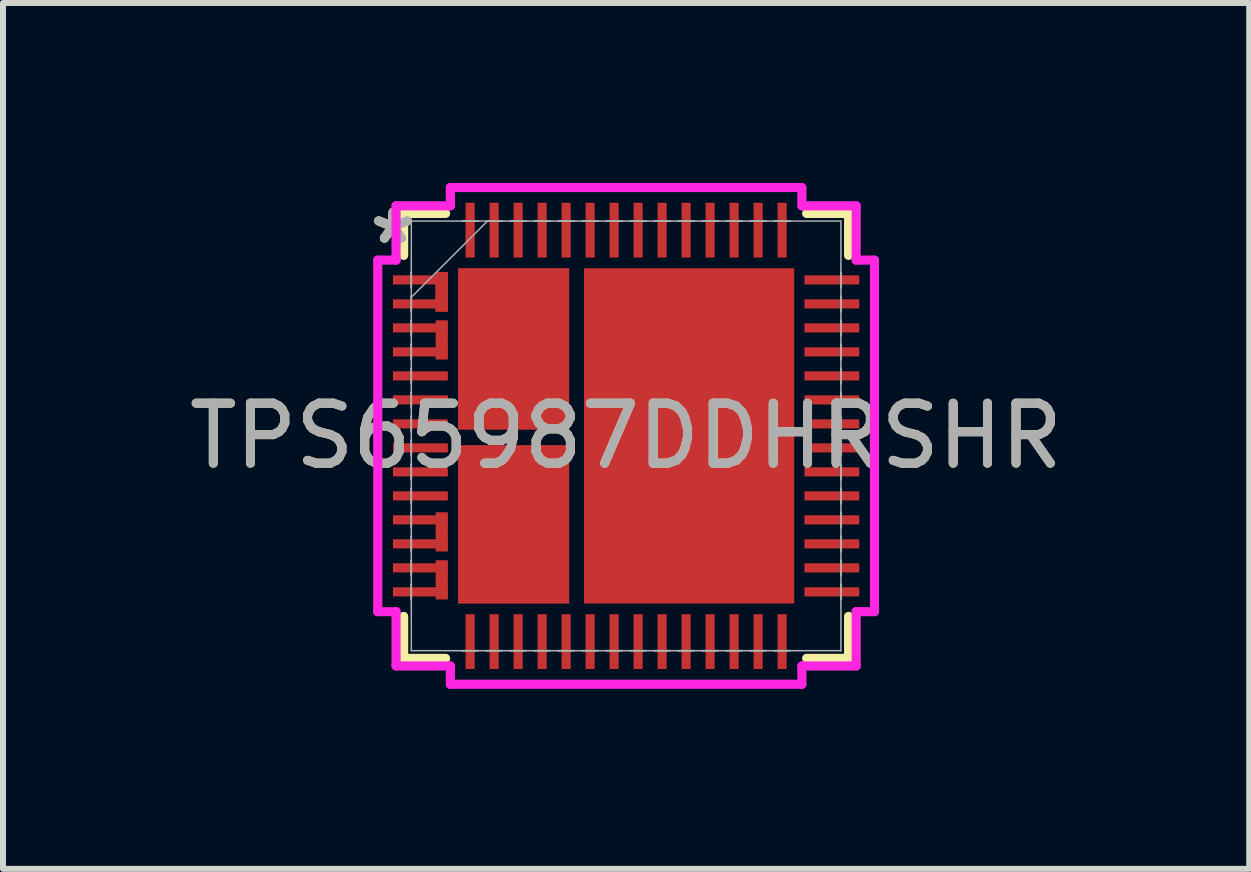
<source format=kicad_pcb>
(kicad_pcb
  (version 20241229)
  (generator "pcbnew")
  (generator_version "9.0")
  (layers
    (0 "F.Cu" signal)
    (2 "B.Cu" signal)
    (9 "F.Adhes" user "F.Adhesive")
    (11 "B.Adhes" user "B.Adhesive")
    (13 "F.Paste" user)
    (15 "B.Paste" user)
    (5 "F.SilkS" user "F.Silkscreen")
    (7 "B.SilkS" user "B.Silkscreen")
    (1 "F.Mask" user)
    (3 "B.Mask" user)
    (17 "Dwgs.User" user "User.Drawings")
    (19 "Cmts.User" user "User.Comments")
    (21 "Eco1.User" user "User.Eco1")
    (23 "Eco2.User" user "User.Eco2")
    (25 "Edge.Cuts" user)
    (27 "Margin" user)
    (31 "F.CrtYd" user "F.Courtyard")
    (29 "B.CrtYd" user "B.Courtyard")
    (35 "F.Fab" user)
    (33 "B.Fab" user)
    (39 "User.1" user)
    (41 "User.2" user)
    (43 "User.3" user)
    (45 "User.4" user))
  (footprint "TPS65987DDHRSHR"
    (layer "F.Cu")
    (at 7.387 4.216)
    (property "Reference" "TPS65987DDHRSHR" (at 0 0 0) (unlocked yes) (layer "F.SilkS") (effects (font (size 1 1) (thickness 0.15))))
    (attr smd)
    (fp_poly (pts (xy -2.972 -2.727) (xy -2.972 -2.073) (xy -3.175 -2.073) (xy -3.175 -2.727)) (stroke (width 0) (type solid)) (fill yes) (layer "F.Cu"))
    (fp_poly (pts (xy -2.972 -2.727) (xy -2.972 -2.073) (xy -3.175 -2.073) (xy -3.175 -2.727)) (stroke (width 0) (type solid)) (fill yes) (layer "F.Cu"))
    (fp_poly (pts (xy -2.972 -2.727) (xy -2.972 -2.073) (xy -3.175 -2.073) (xy -3.175 -2.727)) (stroke (width 0) (type solid)) (fill yes) (layer "F.Cu"))
    (fp_poly (pts (xy -2.972 -1.927) (xy -2.972 -1.273) (xy -3.175 -1.273) (xy -3.175 -1.927)) (stroke (width 0) (type solid)) (fill yes) (layer "F.Cu"))
    (fp_poly (pts (xy -2.972 1.273) (xy -2.972 1.927) (xy -3.175 1.927) (xy -3.175 1.273)) (stroke (width 0) (type solid)) (fill yes) (layer "F.Cu"))
    (fp_poly (pts (xy -2.972 2.073) (xy -2.972 2.727) (xy -3.175 2.727) (xy -3.175 2.073)) (stroke (width 0) (type solid)) (fill yes) (layer "F.Cu"))
    (fp_poly (pts (xy -2.972 -2.727) (xy -2.972 -2.073) (xy -3.175 -2.073) (xy -3.175 -2.727)) (stroke (width 0) (type solid)) (fill yes) (layer "F.Mask"))
    (fp_poly (pts (xy -2.972 -1.927) (xy -2.972 -1.273) (xy -3.175 -1.273) (xy -3.175 -1.927)) (stroke (width 0) (type solid)) (fill yes) (layer "F.Mask"))
    (fp_poly (pts (xy -2.972 -1.927) (xy -2.972 -1.273) (xy -3.175 -1.273) (xy -3.175 -1.927)) (stroke (width 0) (type solid)) (fill yes) (layer "F.Mask"))
    (fp_poly (pts (xy -2.972 1.273) (xy -2.972 1.927) (xy -3.175 1.927) (xy -3.175 1.273)) (stroke (width 0) (type solid)) (fill yes) (layer "F.Mask"))
    (fp_poly (pts (xy -2.972 2.073) (xy -2.972 2.727) (xy -3.175 2.727) (xy -3.175 2.073)) (stroke (width 0) (type solid)) (fill yes) (layer "F.Mask"))
    (fp_line (start -3.708 -3.708) (end -3.708 -3.009) (stroke (width 0.152) (type solid)) (layer "F.SilkS"))
    (fp_line (start -3.708 3.009) (end -3.708 3.708) (stroke (width 0.152) (type solid)) (layer "F.SilkS"))
    (fp_line (start -3.708 3.708) (end -3.009 3.708) (stroke (width 0.152) (type solid)) (layer "F.SilkS"))
    (fp_line (start -3.009 -3.708) (end -3.708 -3.708) (stroke (width 0.152) (type solid)) (layer "F.SilkS"))
    (fp_line (start 3.009 3.708) (end 3.708 3.708) (stroke (width 0.152) (type solid)) (layer "F.SilkS"))
    (fp_line (start 3.708 -3.708) (end 3.009 -3.708) (stroke (width 0.152) (type solid)) (layer "F.SilkS"))
    (fp_line (start 3.708 -3.009) (end 3.708 -3.708) (stroke (width 0.152) (type solid)) (layer "F.SilkS"))
    (fp_line (start 3.708 3.708) (end 3.708 3.009) (stroke (width 0.152) (type solid)) (layer "F.SilkS"))
    (fp_poly (pts (xy -2.972 -2.727) (xy -2.972 -2.073) (xy -3.175 -2.073) (xy -3.175 -2.727)) (stroke (width 0) (type solid)) (fill yes) (layer "F.Paste"))
    (fp_poly (pts (xy -2.972 -1.927) (xy -2.972 -1.273) (xy -3.175 -1.273) (xy -3.175 -1.927)) (stroke (width 0) (type solid)) (fill yes) (layer "F.Paste"))
    (fp_poly (pts (xy -2.972 -1.927) (xy -2.972 -1.273) (xy -3.175 -1.273) (xy -3.175 -1.927)) (stroke (width 0) (type solid)) (fill yes) (layer "F.Paste"))
    (fp_poly (pts (xy -2.972 0.873) (xy -2.972 1.527) (xy -3.175 1.527) (xy -3.175 0.873)) (stroke (width 0) (type solid)) (fill yes) (layer "F.Paste"))
    (fp_poly (pts (xy -2.972 2.073) (xy -2.972 2.727) (xy -3.175 2.727) (xy -3.175 2.073)) (stroke (width 0) (type solid)) (fill yes) (layer "F.Paste"))
    (fp_line (start -4.14 -2.93) (end -3.835 -2.93) (stroke (width 0.152) (type solid)) (layer "F.CrtYd"))
    (fp_line (start -4.14 2.93) (end -4.14 -2.93) (stroke (width 0.152) (type solid)) (layer "F.CrtYd"))
    (fp_line (start -3.835 -3.835) (end -2.93 -3.835) (stroke (width 0.152) (type solid)) (layer "F.CrtYd"))
    (fp_line (start -3.835 -2.93) (end -3.835 -3.835) (stroke (width 0.152) (type solid)) (layer "F.CrtYd"))
    (fp_line (start -3.835 2.93) (end -4.14 2.93) (stroke (width 0.152) (type solid)) (layer "F.CrtYd"))
    (fp_line (start -3.835 3.835) (end -3.835 2.93) (stroke (width 0.152) (type solid)) (layer "F.CrtYd"))
    (fp_line (start -2.93 -4.14) (end 2.93 -4.14) (stroke (width 0.152) (type solid)) (layer "F.CrtYd"))
    (fp_line (start -2.93 -3.835) (end -2.93 -4.14) (stroke (width 0.152) (type solid)) (layer "F.CrtYd"))
    (fp_line (start -2.93 3.835) (end -3.835 3.835) (stroke (width 0.152) (type solid)) (layer "F.CrtYd"))
    (fp_line (start -2.93 4.14) (end -2.93 3.835) (stroke (width 0.152) (type solid)) (layer "F.CrtYd"))
    (fp_line (start 2.93 -4.14) (end 2.93 -3.835) (stroke (width 0.152) (type solid)) (layer "F.CrtYd"))
    (fp_line (start 2.93 -3.835) (end 3.835 -3.835) (stroke (width 0.152) (type solid)) (layer "F.CrtYd"))
    (fp_line (start 2.93 3.835) (end 2.93 4.14) (stroke (width 0.152) (type solid)) (layer "F.CrtYd"))
    (fp_line (start 2.93 4.14) (end -2.93 4.14) (stroke (width 0.152) (type solid)) (layer "F.CrtYd"))
    (fp_line (start 3.835 -3.835) (end 3.835 -2.93) (stroke (width 0.152) (type solid)) (layer "F.CrtYd"))
    (fp_line (start 3.835 -2.93) (end 4.14 -2.93) (stroke (width 0.152) (type solid)) (layer "F.CrtYd"))
    (fp_line (start 3.835 2.93) (end 3.835 3.835) (stroke (width 0.152) (type solid)) (layer "F.CrtYd"))
    (fp_line (start 3.835 3.835) (end 2.93 3.835) (stroke (width 0.152) (type solid)) (layer "F.CrtYd"))
    (fp_line (start 4.14 -2.93) (end 4.14 2.93) (stroke (width 0.152) (type solid)) (layer "F.CrtYd"))
    (fp_line (start 4.14 2.93) (end 3.835 2.93) (stroke (width 0.152) (type solid)) (layer "F.CrtYd"))
    (fp_line (start -3.581 -3.581) (end -3.581 3.581) (stroke (width 0.025) (type solid)) (layer "F.Fab"))
    (fp_line (start -3.581 -2.727) (end -3.581 -2.727) (stroke (width 0.025) (type solid)) (layer "F.Fab"))
    (fp_line (start -3.581 -2.727) (end -3.581 -2.473) (stroke (width 0.025) (type solid)) (layer "F.Fab"))
    (fp_line (start -3.581 -2.473) (end -3.581 -2.727) (stroke (width 0.025) (type solid)) (layer "F.Fab"))
    (fp_line (start -3.581 -2.473) (end -3.581 -2.473) (stroke (width 0.025) (type solid)) (layer "F.Fab"))
    (fp_line (start -3.581 -2.327) (end -3.581 -2.327) (stroke (width 0.025) (type solid)) (layer "F.Fab"))
    (fp_line (start -3.581 -2.327) (end -3.581 -2.073) (stroke (width 0.025) (type solid)) (layer "F.Fab"))
    (fp_line (start -3.581 -2.311) (end -2.311 -3.581) (stroke (width 0.025) (type solid)) (layer "F.Fab"))
    (fp_line (start -3.581 -2.073) (end -3.581 -2.327) (stroke (width 0.025) (type solid)) (layer "F.Fab"))
    (fp_line (start -3.581 -2.073) (end -3.581 -2.073) (stroke (width 0.025) (type solid)) (layer "F.Fab"))
    (fp_line (start -3.581 -1.927) (end -3.581 -1.927) (stroke (width 0.025) (type solid)) (layer "F.Fab"))
    (fp_line (start -3.581 -1.927) (end -3.581 -1.673) (stroke (width 0.025) (type solid)) (layer "F.Fab"))
    (fp_line (start -3.581 -1.673) (end -3.581 -1.927) (stroke (width 0.025) (type solid)) (layer "F.Fab"))
    (fp_line (start -3.581 -1.673) (end -3.581 -1.673) (stroke (width 0.025) (type solid)) (layer "F.Fab"))
    (fp_line (start -3.581 -1.527) (end -3.581 -1.527) (stroke (width 0.025) (type solid)) (layer "F.Fab"))
    (fp_line (start -3.581 -1.527) (end -3.581 -1.273) (stroke (width 0.025) (type solid)) (layer "F.Fab"))
    (fp_line (start -3.581 -1.273) (end -3.581 -1.527) (stroke (width 0.025) (type solid)) (layer "F.Fab"))
    (fp_line (start -3.581 -1.273) (end -3.581 -1.273) (stroke (width 0.025) (type solid)) (layer "F.Fab"))
    (fp_line (start -3.581 -1.127) (end -3.581 -1.127) (stroke (width 0.025) (type solid)) (layer "F.Fab"))
    (fp_line (start -3.581 -1.127) (end -3.581 -0.873) (stroke (width 0.025) (type solid)) (layer "F.Fab"))
    (fp_line (start -3.581 -0.873) (end -3.581 -1.127) (stroke (width 0.025) (type solid)) (layer "F.Fab"))
    (fp_line (start -3.581 -0.873) (end -3.581 -0.873) (stroke (width 0.025) (type solid)) (layer "F.Fab"))
    (fp_line (start -3.581 -0.727) (end -3.581 -0.727) (stroke (width 0.025) (type solid)) (layer "F.Fab"))
    (fp_line (start -3.581 -0.727) (end -3.581 -0.473) (stroke (width 0.025) (type solid)) (layer "F.Fab"))
    (fp_line (start -3.581 -0.473) (end -3.581 -0.727) (stroke (width 0.025) (type solid)) (layer "F.Fab"))
    (fp_line (start -3.581 -0.473) (end -3.581 -0.473) (stroke (width 0.025) (type solid)) (layer "F.Fab"))
    (fp_line (start -3.581 -0.327) (end -3.581 -0.327) (stroke (width 0.025) (type solid)) (layer "F.Fab"))
    (fp_line (start -3.581 -0.327) (end -3.581 -0.073) (stroke (width 0.025) (type solid)) (layer "F.Fab"))
    (fp_line (start -3.581 -0.073) (end -3.581 -0.327) (stroke (width 0.025) (type solid)) (layer "F.Fab"))
    (fp_line (start -3.581 -0.073) (end -3.581 -0.073) (stroke (width 0.025) (type solid)) (layer "F.Fab"))
    (fp_line (start -3.581 0.073) (end -3.581 0.073) (stroke (width 0.025) (type solid)) (layer "F.Fab"))
    (fp_line (start -3.581 0.073) (end -3.581 0.327) (stroke (width 0.025) (type solid)) (layer "F.Fab"))
    (fp_line (start -3.581 0.327) (end -3.581 0.073) (stroke (width 0.025) (type solid)) (layer "F.Fab"))
    (fp_line (start -3.581 0.327) (end -3.581 0.327) (stroke (width 0.025) (type solid)) (layer "F.Fab"))
    (fp_line (start -3.581 0.473) (end -3.581 0.473) (stroke (width 0.025) (type solid)) (layer "F.Fab"))
    (fp_line (start -3.581 0.473) (end -3.581 0.727) (stroke (width 0.025) (type solid)) (layer "F.Fab"))
    (fp_line (start -3.581 0.727) (end -3.581 0.473) (stroke (width 0.025) (type solid)) (layer "F.Fab"))
    (fp_line (start -3.581 0.727) (end -3.581 0.727) (stroke (width 0.025) (type solid)) (layer "F.Fab"))
    (fp_line (start -3.581 0.873) (end -3.581 0.873) (stroke (width 0.025) (type solid)) (layer "F.Fab"))
    (fp_line (start -3.581 0.873) (end -3.581 1.127) (stroke (width 0.025) (type solid)) (layer "F.Fab"))
    (fp_line (start -3.581 1.127) (end -3.581 0.873) (stroke (width 0.025) (type solid)) (layer "F.Fab"))
    (fp_line (start -3.581 1.127) (end -3.581 1.127) (stroke (width 0.025) (type solid)) (layer "F.Fab"))
    (fp_line (start -3.581 1.273) (end -3.581 1.273) (stroke (width 0.025) (type solid)) (layer "F.Fab"))
    (fp_line (start -3.581 1.273) (end -3.581 1.527) (stroke (width 0.025) (type solid)) (layer "F.Fab"))
    (fp_line (start -3.581 1.527) (end -3.581 1.273) (stroke (width 0.025) (type solid)) (layer "F.Fab"))
    (fp_line (start -3.581 1.527) (end -3.581 1.527) (stroke (width 0.025) (type solid)) (layer "F.Fab"))
    (fp_line (start -3.581 1.673) (end -3.581 1.673) (stroke (width 0.025) (type solid)) (layer "F.Fab"))
    (fp_line (start -3.581 1.673) (end -3.581 1.927) (stroke (width 0.025) (type solid)) (layer "F.Fab"))
    (fp_line (start -3.581 1.927) (end -3.581 1.673) (stroke (width 0.025) (type solid)) (layer "F.Fab"))
    (fp_line (start -3.581 1.927) (end -3.581 1.927) (stroke (width 0.025) (type solid)) (layer "F.Fab"))
    (fp_line (start -3.581 2.073) (end -3.581 2.073) (stroke (width 0.025) (type solid)) (layer "F.Fab"))
    (fp_line (start -3.581 2.073) (end -3.581 2.327) (stroke (width 0.025) (type solid)) (layer "F.Fab"))
    (fp_line (start -3.581 2.327) (end -3.581 2.073) (stroke (width 0.025) (type solid)) (layer "F.Fab"))
    (fp_line (start -3.581 2.327) (end -3.581 2.327) (stroke (width 0.025) (type solid)) (layer "F.Fab"))
    (fp_line (start -3.581 2.473) (end -3.581 2.473) (stroke (width 0.025) (type solid)) (layer "F.Fab"))
    (fp_line (start -3.581 2.473) (end -3.581 2.727) (stroke (width 0.025) (type solid)) (layer "F.Fab"))
    (fp_line (start -3.581 2.727) (end -3.581 2.473) (stroke (width 0.025) (type solid)) (layer "F.Fab"))
    (fp_line (start -3.581 2.727) (end -3.581 2.727) (stroke (width 0.025) (type solid)) (layer "F.Fab"))
    (fp_line (start -3.581 3.581) (end 3.581 3.581) (stroke (width 0.025) (type solid)) (layer "F.Fab"))
    (fp_line (start -2.727 -3.581) (end -2.727 -3.581) (stroke (width 0.025) (type solid)) (layer "F.Fab"))
    (fp_line (start -2.727 -3.581) (end -2.473 -3.581) (stroke (width 0.025) (type solid)) (layer "F.Fab"))
    (fp_line (start -2.727 3.581) (end -2.727 3.581) (stroke (width 0.025) (type solid)) (layer "F.Fab"))
    (fp_line (start -2.727 3.581) (end -2.473 3.581) (stroke (width 0.025) (type solid)) (layer "F.Fab"))
    (fp_line (start -2.473 -3.581) (end -2.727 -3.581) (stroke (width 0.025) (type solid)) (layer "F.Fab"))
    (fp_line (start -2.473 -3.581) (end -2.473 -3.581) (stroke (width 0.025) (type solid)) (layer "F.Fab"))
    (fp_line (start -2.473 3.581) (end -2.727 3.581) (stroke (width 0.025) (type solid)) (layer "F.Fab"))
    (fp_line (start -2.473 3.581) (end -2.473 3.581) (stroke (width 0.025) (type solid)) (layer "F.Fab"))
    (fp_line (start -2.327 -3.581) (end -2.327 -3.581) (stroke (width 0.025) (type solid)) (layer "F.Fab"))
    (fp_line (start -2.327 -3.581) (end -2.073 -3.581) (stroke (width 0.025) (type solid)) (layer "F.Fab"))
    (fp_line (start -2.327 3.581) (end -2.327 3.581) (stroke (width 0.025) (type solid)) (layer "F.Fab"))
    (fp_line (start -2.327 3.581) (end -2.073 3.581) (stroke (width 0.025) (type solid)) (layer "F.Fab"))
    (fp_line (start -2.073 -3.581) (end -2.327 -3.581) (stroke (width 0.025) (type solid)) (layer "F.Fab"))
    (fp_line (start -2.073 -3.581) (end -2.073 -3.581) (stroke (width 0.025) (type solid)) (layer "F.Fab"))
    (fp_line (start -2.073 3.581) (end -2.327 3.581) (stroke (width 0.025) (type solid)) (layer "F.Fab"))
    (fp_line (start -2.073 3.581) (end -2.073 3.581) (stroke (width 0.025) (type solid)) (layer "F.Fab"))
    (fp_line (start -1.927 -3.581) (end -1.927 -3.581) (stroke (width 0.025) (type solid)) (layer "F.Fab"))
    (fp_line (start -1.927 -3.581) (end -1.673 -3.581) (stroke (width 0.025) (type solid)) (layer "F.Fab"))
    (fp_line (start -1.927 3.581) (end -1.927 3.581) (stroke (width 0.025) (type solid)) (layer "F.Fab"))
    (fp_line (start -1.927 3.581) (end -1.673 3.581) (stroke (width 0.025) (type solid)) (layer "F.Fab"))
    (fp_line (start -1.673 -3.581) (end -1.927 -3.581) (stroke (width 0.025) (type solid)) (layer "F.Fab"))
    (fp_line (start -1.673 -3.581) (end -1.673 -3.581) (stroke (width 0.025) (type solid)) (layer "F.Fab"))
    (fp_line (start -1.673 3.581) (end -1.927 3.581) (stroke (width 0.025) (type solid)) (layer "F.Fab"))
    (fp_line (start -1.673 3.581) (end -1.673 3.581) (stroke (width 0.025) (type solid)) (layer "F.Fab"))
    (fp_line (start -1.527 -3.581) (end -1.527 -3.581) (stroke (width 0.025) (type solid)) (layer "F.Fab"))
    (fp_line (start -1.527 -3.581) (end -1.273 -3.581) (stroke (width 0.025) (type solid)) (layer "F.Fab"))
    (fp_line (start -1.527 3.581) (end -1.527 3.581) (stroke (width 0.025) (type solid)) (layer "F.Fab"))
    (fp_line (start -1.527 3.581) (end -1.273 3.581) (stroke (width 0.025) (type solid)) (layer "F.Fab"))
    (fp_line (start -1.273 -3.581) (end -1.527 -3.581) (stroke (width 0.025) (type solid)) (layer "F.Fab"))
    (fp_line (start -1.273 -3.581) (end -1.273 -3.581) (stroke (width 0.025) (type solid)) (layer "F.Fab"))
    (fp_line (start -1.273 3.581) (end -1.527 3.581) (stroke (width 0.025) (type solid)) (layer "F.Fab"))
    (fp_line (start -1.273 3.581) (end -1.273 3.581) (stroke (width 0.025) (type solid)) (layer "F.Fab"))
    (fp_line (start -1.127 -3.581) (end -1.127 -3.581) (stroke (width 0.025) (type solid)) (layer "F.Fab"))
    (fp_line (start -1.127 -3.581) (end -0.873 -3.581) (stroke (width 0.025) (type solid)) (layer "F.Fab"))
    (fp_line (start -1.127 3.581) (end -1.127 3.581) (stroke (width 0.025) (type solid)) (layer "F.Fab"))
    (fp_line (start -1.127 3.581) (end -0.873 3.581) (stroke (width 0.025) (type solid)) (layer "F.Fab"))
    (fp_line (start -0.873 -3.581) (end -1.127 -3.581) (stroke (width 0.025) (type solid)) (layer "F.Fab"))
    (fp_line (start -0.873 -3.581) (end -0.873 -3.581) (stroke (width 0.025) (type solid)) (layer "F.Fab"))
    (fp_line (start -0.873 3.581) (end -1.127 3.581) (stroke (width 0.025) (type solid)) (layer "F.Fab"))
    (fp_line (start -0.873 3.581) (end -0.873 3.581) (stroke (width 0.025) (type solid)) (layer "F.Fab"))
    (fp_line (start -0.727 -3.581) (end -0.727 -3.581) (stroke (width 0.025) (type solid)) (layer "F.Fab"))
    (fp_line (start -0.727 -3.581) (end -0.473 -3.581) (stroke (width 0.025) (type solid)) (layer "F.Fab"))
    (fp_line (start -0.727 3.581) (end -0.727 3.581) (stroke (width 0.025) (type solid)) (layer "F.Fab"))
    (fp_line (start -0.727 3.581) (end -0.473 3.581) (stroke (width 0.025) (type solid)) (layer "F.Fab"))
    (fp_line (start -0.473 -3.581) (end -0.727 -3.581) (stroke (width 0.025) (type solid)) (layer "F.Fab"))
    (fp_line (start -0.473 -3.581) (end -0.473 -3.581) (stroke (width 0.025) (type solid)) (layer "F.Fab"))
    (fp_line (start -0.473 3.581) (end -0.727 3.581) (stroke (width 0.025) (type solid)) (layer "F.Fab"))
    (fp_line (start -0.473 3.581) (end -0.473 3.581) (stroke (width 0.025) (type solid)) (layer "F.Fab"))
    (fp_line (start -0.327 -3.581) (end -0.327 -3.581) (stroke (width 0.025) (type solid)) (layer "F.Fab"))
    (fp_line (start -0.327 -3.581) (end -0.073 -3.581) (stroke (width 0.025) (type solid)) (layer "F.Fab"))
    (fp_line (start -0.327 3.581) (end -0.327 3.581) (stroke (width 0.025) (type solid)) (layer "F.Fab"))
    (fp_line (start -0.327 3.581) (end -0.073 3.581) (stroke (width 0.025) (type solid)) (layer "F.Fab"))
    (fp_line (start -0.073 -3.581) (end -0.327 -3.581) (stroke (width 0.025) (type solid)) (layer "F.Fab"))
    (fp_line (start -0.073 -3.581) (end -0.073 -3.581) (stroke (width 0.025) (type solid)) (layer "F.Fab"))
    (fp_line (start -0.073 3.581) (end -0.327 3.581) (stroke (width 0.025) (type solid)) (layer "F.Fab"))
    (fp_line (start -0.073 3.581) (end -0.073 3.581) (stroke (width 0.025) (type solid)) (layer "F.Fab"))
    (fp_line (start 0.073 -3.581) (end 0.073 -3.581) (stroke (width 0.025) (type solid)) (layer "F.Fab"))
    (fp_line (start 0.073 -3.581) (end 0.327 -3.581) (stroke (width 0.025) (type solid)) (layer "F.Fab"))
    (fp_line (start 0.073 3.581) (end 0.073 3.581) (stroke (width 0.025) (type solid)) (layer "F.Fab"))
    (fp_line (start 0.073 3.581) (end 0.327 3.581) (stroke (width 0.025) (type solid)) (layer "F.Fab"))
    (fp_line (start 0.327 -3.581) (end 0.073 -3.581) (stroke (width 0.025) (type solid)) (layer "F.Fab"))
    (fp_line (start 0.327 -3.581) (end 0.327 -3.581) (stroke (width 0.025) (type solid)) (layer "F.Fab"))
    (fp_line (start 0.327 3.581) (end 0.073 3.581) (stroke (width 0.025) (type solid)) (layer "F.Fab"))
    (fp_line (start 0.327 3.581) (end 0.327 3.581) (stroke (width 0.025) (type solid)) (layer "F.Fab"))
    (fp_line (start 0.473 -3.581) (end 0.473 -3.581) (stroke (width 0.025) (type solid)) (layer "F.Fab"))
    (fp_line (start 0.473 -3.581) (end 0.727 -3.581) (stroke (width 0.025) (type solid)) (layer "F.Fab"))
    (fp_line (start 0.473 3.581) (end 0.473 3.581) (stroke (width 0.025) (type solid)) (layer "F.Fab"))
    (fp_line (start 0.473 3.581) (end 0.727 3.581) (stroke (width 0.025) (type solid)) (layer "F.Fab"))
    (fp_line (start 0.727 -3.581) (end 0.473 -3.581) (stroke (width 0.025) (type solid)) (layer "F.Fab"))
    (fp_line (start 0.727 -3.581) (end 0.727 -3.581) (stroke (width 0.025) (type solid)) (layer "F.Fab"))
    (fp_line (start 0.727 3.581) (end 0.473 3.581) (stroke (width 0.025) (type solid)) (layer "F.Fab"))
    (fp_line (start 0.727 3.581) (end 0.727 3.581) (stroke (width 0.025) (type solid)) (layer "F.Fab"))
    (fp_line (start 0.873 -3.581) (end 0.873 -3.581) (stroke (width 0.025) (type solid)) (layer "F.Fab"))
    (fp_line (start 0.873 -3.581) (end 1.127 -3.581) (stroke (width 0.025) (type solid)) (layer "F.Fab"))
    (fp_line (start 0.873 3.581) (end 0.873 3.581) (stroke (width 0.025) (type solid)) (layer "F.Fab"))
    (fp_line (start 0.873 3.581) (end 1.127 3.581) (stroke (width 0.025) (type solid)) (layer "F.Fab"))
    (fp_line (start 1.127 -3.581) (end 0.873 -3.581) (stroke (width 0.025) (type solid)) (layer "F.Fab"))
    (fp_line (start 1.127 -3.581) (end 1.127 -3.581) (stroke (width 0.025) (type solid)) (layer "F.Fab"))
    (fp_line (start 1.127 3.581) (end 0.873 3.581) (stroke (width 0.025) (type solid)) (layer "F.Fab"))
    (fp_line (start 1.127 3.581) (end 1.127 3.581) (stroke (width 0.025) (type solid)) (layer "F.Fab"))
    (fp_line (start 1.273 -3.581) (end 1.273 -3.581) (stroke (width 0.025) (type solid)) (layer "F.Fab"))
    (fp_line (start 1.273 -3.581) (end 1.527 -3.581) (stroke (width 0.025) (type solid)) (layer "F.Fab"))
    (fp_line (start 1.273 3.581) (end 1.273 3.581) (stroke (width 0.025) (type solid)) (layer "F.Fab"))
    (fp_line (start 1.273 3.581) (end 1.527 3.581) (stroke (width 0.025) (type solid)) (layer "F.Fab"))
    (fp_line (start 1.527 -3.581) (end 1.273 -3.581) (stroke (width 0.025) (type solid)) (layer "F.Fab"))
    (fp_line (start 1.527 -3.581) (end 1.527 -3.581) (stroke (width 0.025) (type solid)) (layer "F.Fab"))
    (fp_line (start 1.527 3.581) (end 1.273 3.581) (stroke (width 0.025) (type solid)) (layer "F.Fab"))
    (fp_line (start 1.527 3.581) (end 1.527 3.581) (stroke (width 0.025) (type solid)) (layer "F.Fab"))
    (fp_line (start 1.673 -3.581) (end 1.673 -3.581) (stroke (width 0.025) (type solid)) (layer "F.Fab"))
    (fp_line (start 1.673 -3.581) (end 1.927 -3.581) (stroke (width 0.025) (type solid)) (layer "F.Fab"))
    (fp_line (start 1.673 3.581) (end 1.673 3.581) (stroke (width 0.025) (type solid)) (layer "F.Fab"))
    (fp_line (start 1.673 3.581) (end 1.927 3.581) (stroke (width 0.025) (type solid)) (layer "F.Fab"))
    (fp_line (start 1.927 -3.581) (end 1.673 -3.581) (stroke (width 0.025) (type solid)) (layer "F.Fab"))
    (fp_line (start 1.927 -3.581) (end 1.927 -3.581) (stroke (width 0.025) (type solid)) (layer "F.Fab"))
    (fp_line (start 1.927 3.581) (end 1.673 3.581) (stroke (width 0.025) (type solid)) (layer "F.Fab"))
    (fp_line (start 1.927 3.581) (end 1.927 3.581) (stroke (width 0.025) (type solid)) (layer "F.Fab"))
    (fp_line (start 2.073 -3.581) (end 2.073 -3.581) (stroke (width 0.025) (type solid)) (layer "F.Fab"))
    (fp_line (start 2.073 -3.581) (end 2.327 -3.581) (stroke (width 0.025) (type solid)) (layer "F.Fab"))
    (fp_line (start 2.073 3.581) (end 2.073 3.581) (stroke (width 0.025) (type solid)) (layer "F.Fab"))
    (fp_line (start 2.073 3.581) (end 2.327 3.581) (stroke (width 0.025) (type solid)) (layer "F.Fab"))
    (fp_line (start 2.327 -3.581) (end 2.073 -3.581) (stroke (width 0.025) (type solid)) (layer "F.Fab"))
    (fp_line (start 2.327 -3.581) (end 2.327 -3.581) (stroke (width 0.025) (type solid)) (layer "F.Fab"))
    (fp_line (start 2.327 3.581) (end 2.073 3.581) (stroke (width 0.025) (type solid)) (layer "F.Fab"))
    (fp_line (start 2.327 3.581) (end 2.327 3.581) (stroke (width 0.025) (type solid)) (layer "F.Fab"))
    (fp_line (start 2.473 -3.581) (end 2.473 -3.581) (stroke (width 0.025) (type solid)) (layer "F.Fab"))
    (fp_line (start 2.473 -3.581) (end 2.727 -3.581) (stroke (width 0.025) (type solid)) (layer "F.Fab"))
    (fp_line (start 2.473 3.581) (end 2.473 3.581) (stroke (width 0.025) (type solid)) (layer "F.Fab"))
    (fp_line (start 2.473 3.581) (end 2.727 3.581) (stroke (width 0.025) (type solid)) (layer "F.Fab"))
    (fp_line (start 2.727 -3.581) (end 2.473 -3.581) (stroke (width 0.025) (type solid)) (layer "F.Fab"))
    (fp_line (start 2.727 -3.581) (end 2.727 -3.581) (stroke (width 0.025) (type solid)) (layer "F.Fab"))
    (fp_line (start 2.727 3.581) (end 2.473 3.581) (stroke (width 0.025) (type solid)) (layer "F.Fab"))
    (fp_line (start 2.727 3.581) (end 2.727 3.581) (stroke (width 0.025) (type solid)) (layer "F.Fab"))
    (fp_line (start 3.581 -3.581) (end -3.581 -3.581) (stroke (width 0.025) (type solid)) (layer "F.Fab"))
    (fp_line (start 3.581 -2.727) (end 3.581 -2.727) (stroke (width 0.025) (type solid)) (layer "F.Fab"))
    (fp_line (start 3.581 -2.727) (end 3.581 -2.473) (stroke (width 0.025) (type solid)) (layer "F.Fab"))
    (fp_line (start 3.581 -2.473) (end 3.581 -2.727) (stroke (width 0.025) (type solid)) (layer "F.Fab"))
    (fp_line (start 3.581 -2.473) (end 3.581 -2.473) (stroke (width 0.025) (type solid)) (layer "F.Fab"))
    (fp_line (start 3.581 -2.327) (end 3.581 -2.327) (stroke (width 0.025) (type solid)) (layer "F.Fab"))
    (fp_line (start 3.581 -2.327) (end 3.581 -2.073) (stroke (width 0.025) (type solid)) (layer "F.Fab"))
    (fp_line (start 3.581 -2.073) (end 3.581 -2.327) (stroke (width 0.025) (type solid)) (layer "F.Fab"))
    (fp_line (start 3.581 -2.073) (end 3.581 -2.073) (stroke (width 0.025) (type solid)) (layer "F.Fab"))
    (fp_line (start 3.581 -1.927) (end 3.581 -1.927) (stroke (width 0.025) (type solid)) (layer "F.Fab"))
    (fp_line (start 3.581 -1.927) (end 3.581 -1.673) (stroke (width 0.025) (type solid)) (layer "F.Fab"))
    (fp_line (start 3.581 -1.673) (end 3.581 -1.927) (stroke (width 0.025) (type solid)) (layer "F.Fab"))
    (fp_line (start 3.581 -1.673) (end 3.581 -1.673) (stroke (width 0.025) (type solid)) (layer "F.Fab"))
    (fp_line (start 3.581 -1.527) (end 3.581 -1.527) (stroke (width 0.025) (type solid)) (layer "F.Fab"))
    (fp_line (start 3.581 -1.527) (end 3.581 -1.273) (stroke (width 0.025) (type solid)) (layer "F.Fab"))
    (fp_line (start 3.581 -1.273) (end 3.581 -1.527) (stroke (width 0.025) (type solid)) (layer "F.Fab"))
    (fp_line (start 3.581 -1.273) (end 3.581 -1.273) (stroke (width 0.025) (type solid)) (layer "F.Fab"))
    (fp_line (start 3.581 -1.127) (end 3.581 -1.127) (stroke (width 0.025) (type solid)) (layer "F.Fab"))
    (fp_line (start 3.581 -1.127) (end 3.581 -0.873) (stroke (width 0.025) (type solid)) (layer "F.Fab"))
    (fp_line (start 3.581 -0.873) (end 3.581 -1.127) (stroke (width 0.025) (type solid)) (layer "F.Fab"))
    (fp_line (start 3.581 -0.873) (end 3.581 -0.873) (stroke (width 0.025) (type solid)) (layer "F.Fab"))
    (fp_line (start 3.581 -0.727) (end 3.581 -0.727) (stroke (width 0.025) (type solid)) (layer "F.Fab"))
    (fp_line (start 3.581 -0.727) (end 3.581 -0.473) (stroke (width 0.025) (type solid)) (layer "F.Fab"))
    (fp_line (start 3.581 -0.473) (end 3.581 -0.727) (stroke (width 0.025) (type solid)) (layer "F.Fab"))
    (fp_line (start 3.581 -0.473) (end 3.581 -0.473) (stroke (width 0.025) (type solid)) (layer "F.Fab"))
    (fp_line (start 3.581 -0.327) (end 3.581 -0.327) (stroke (width 0.025) (type solid)) (layer "F.Fab"))
    (fp_line (start 3.581 -0.327) (end 3.581 -0.073) (stroke (width 0.025) (type solid)) (layer "F.Fab"))
    (fp_line (start 3.581 -0.073) (end 3.581 -0.327) (stroke (width 0.025) (type solid)) (layer "F.Fab"))
    (fp_line (start 3.581 -0.073) (end 3.581 -0.073) (stroke (width 0.025) (type solid)) (layer "F.Fab"))
    (fp_line (start 3.581 0.073) (end 3.581 0.073) (stroke (width 0.025) (type solid)) (layer "F.Fab"))
    (fp_line (start 3.581 0.073) (end 3.581 0.327) (stroke (width 0.025) (type solid)) (layer "F.Fab"))
    (fp_line (start 3.581 0.327) (end 3.581 0.073) (stroke (width 0.025) (type solid)) (layer "F.Fab"))
    (fp_line (start 3.581 0.327) (end 3.581 0.327) (stroke (width 0.025) (type solid)) (layer "F.Fab"))
    (fp_line (start 3.581 0.473) (end 3.581 0.473) (stroke (width 0.025) (type solid)) (layer "F.Fab"))
    (fp_line (start 3.581 0.473) (end 3.581 0.727) (stroke (width 0.025) (type solid)) (layer "F.Fab"))
    (fp_line (start 3.581 0.727) (end 3.581 0.473) (stroke (width 0.025) (type solid)) (layer "F.Fab"))
    (fp_line (start 3.581 0.727) (end 3.581 0.727) (stroke (width 0.025) (type solid)) (layer "F.Fab"))
    (fp_line (start 3.581 0.873) (end 3.581 0.873) (stroke (width 0.025) (type solid)) (layer "F.Fab"))
    (fp_line (start 3.581 0.873) (end 3.581 1.127) (stroke (width 0.025) (type solid)) (layer "F.Fab"))
    (fp_line (start 3.581 1.127) (end 3.581 0.873) (stroke (width 0.025) (type solid)) (layer "F.Fab"))
    (fp_line (start 3.581 1.127) (end 3.581 1.127) (stroke (width 0.025) (type solid)) (layer "F.Fab"))
    (fp_line (start 3.581 1.273) (end 3.581 1.273) (stroke (width 0.025) (type solid)) (layer "F.Fab"))
    (fp_line (start 3.581 1.273) (end 3.581 1.527) (stroke (width 0.025) (type solid)) (layer "F.Fab"))
    (fp_line (start 3.581 1.527) (end 3.581 1.273) (stroke (width 0.025) (type solid)) (layer "F.Fab"))
    (fp_line (start 3.581 1.527) (end 3.581 1.527) (stroke (width 0.025) (type solid)) (layer "F.Fab"))
    (fp_line (start 3.581 1.673) (end 3.581 1.673) (stroke (width 0.025) (type solid)) (layer "F.Fab"))
    (fp_line (start 3.581 1.673) (end 3.581 1.927) (stroke (width 0.025) (type solid)) (layer "F.Fab"))
    (fp_line (start 3.581 1.927) (end 3.581 1.673) (stroke (width 0.025) (type solid)) (layer "F.Fab"))
    (fp_line (start 3.581 1.927) (end 3.581 1.927) (stroke (width 0.025) (type solid)) (layer "F.Fab"))
    (fp_line (start 3.581 2.073) (end 3.581 2.073) (stroke (width 0.025) (type solid)) (layer "F.Fab"))
    (fp_line (start 3.581 2.073) (end 3.581 2.327) (stroke (width 0.025) (type solid)) (layer "F.Fab"))
    (fp_line (start 3.581 2.327) (end 3.581 2.073) (stroke (width 0.025) (type solid)) (layer "F.Fab"))
    (fp_line (start 3.581 2.327) (end 3.581 2.327) (stroke (width 0.025) (type solid)) (layer "F.Fab"))
    (fp_line (start 3.581 2.473) (end 3.581 2.473) (stroke (width 0.025) (type solid)) (layer "F.Fab"))
    (fp_line (start 3.581 2.473) (end 3.581 2.727) (stroke (width 0.025) (type solid)) (layer "F.Fab"))
    (fp_line (start 3.581 2.727) (end 3.581 2.473) (stroke (width 0.025) (type solid)) (layer "F.Fab"))
    (fp_line (start 3.581 2.727) (end 3.581 2.727) (stroke (width 0.025) (type solid)) (layer "F.Fab"))
    (fp_line (start 3.581 3.581) (end 3.581 -3.581) (stroke (width 0.025) (type solid)) (layer "F.Fab"))
    (fp_text user "*" (at -3.886 -3.181 0) (unlocked yes) (layer "F.SilkS") (effects (font (size 1 1) (thickness 0.15))))
    (fp_text user "*" (at -3.886 -3.181 0) (layer "F.SilkS") (effects (font (size 1 1) (thickness 0.15))))
    (fp_text user "${REFERENCE}" (at 0 0 0) (unlocked yes) (layer "F.Fab") (effects (font (size 1 1) (thickness 0.15))))
    (fp_text user "*" (at -3.886 -3.181 0) (layer "F.Fab") (effects (font (size 1 1) (thickness 0.15))))
    (fp_text user "*" (at -3.886 -3.181 0) (unlocked yes) (layer "F.Fab") (effects (font (size 1 1) (thickness 0.15))))
    (pad "1" smd rect (at -3.429 -2.6 90) (size 0.152 0.914) (layers "F.Cu" "F.Mask" "F.Paste"))
    (pad "2" smd rect (at -3.429 -2.2 90) (size 0.152 0.914) (layers "F.Cu" "F.Mask" "F.Paste"))
    (pad "3" smd rect (at -3.429 -1.8 90) (size 0.152 0.914) (layers "F.Cu" "F.Mask" "F.Paste"))
    (pad "4" smd rect (at -3.429 -1.4 90) (size 0.152 0.914) (layers "F.Cu" "F.Mask" "F.Paste"))
    (pad "5" smd rect (at -3.429 -1 90) (size 0.152 0.914) (layers "F.Cu" "F.Mask" "F.Paste"))
    (pad "6" smd rect (at -3.429 -0.6 90) (size 0.152 0.914) (layers "F.Cu" "F.Mask" "F.Paste"))
    (pad "7" smd rect (at -3.429 -0.2 90) (size 0.152 0.914) (layers "F.Cu" "F.Mask" "F.Paste"))
    (pad "8" smd rect (at -3.429 0.2 90) (size 0.152 0.914) (layers "F.Cu" "F.Mask" "F.Paste"))
    (pad "9" smd rect (at -3.429 0.6 90) (size 0.152 0.914) (layers "F.Cu" "F.Mask" "F.Paste"))
    (pad "10" smd rect (at -3.429 1 90) (size 0.152 0.914) (layers "F.Cu" "F.Mask" "F.Paste"))
    (pad "11" smd rect (at -3.429 1.4 90) (size 0.152 0.914) (layers "F.Cu" "F.Mask" "F.Paste"))
    (pad "12" smd rect (at -3.429 1.8 90) (size 0.152 0.914) (layers "F.Cu" "F.Mask" "F.Paste"))
    (pad "13" smd rect (at -3.429 2.2 90) (size 0.152 0.914) (layers "F.Cu" "F.Mask" "F.Paste"))
    (pad "14" smd rect (at -3.429 2.6 90) (size 0.152 0.914) (layers "F.Cu" "F.Mask" "F.Paste"))
    (pad "15" smd rect (at -2.6 3.429) (size 0.152 0.914) (layers "F.Cu" "F.Mask" "F.Paste"))
    (pad "16" smd rect (at -2.2 3.429) (size 0.152 0.914) (layers "F.Cu" "F.Mask" "F.Paste"))
    (pad "17" smd rect (at -1.8 3.429) (size 0.152 0.914) (layers "F.Cu" "F.Mask" "F.Paste"))
    (pad "18" smd rect (at -1.4 3.429) (size 0.152 0.914) (layers "F.Cu" "F.Mask" "F.Paste"))
    (pad "19" smd rect (at -1 3.429) (size 0.152 0.914) (layers "F.Cu" "F.Mask" "F.Paste"))
    (pad "20" smd rect (at -0.6 3.429) (size 0.152 0.914) (layers "F.Cu" "F.Mask" "F.Paste"))
    (pad "21" smd rect (at -0.2 3.429) (size 0.152 0.914) (layers "F.Cu" "F.Mask" "F.Paste"))
    (pad "22" smd rect (at 0.2 3.429) (size 0.152 0.914) (layers "F.Cu" "F.Mask" "F.Paste"))
    (pad "23" smd rect (at 0.6 3.429) (size 0.152 0.914) (layers "F.Cu" "F.Mask" "F.Paste"))
    (pad "24" smd rect (at 1 3.429) (size 0.152 0.914) (layers "F.Cu" "F.Mask" "F.Paste"))
    (pad "25" smd rect (at 1.4 3.429) (size 0.152 0.914) (layers "F.Cu" "F.Mask" "F.Paste"))
    (pad "26" smd rect (at 1.8 3.429) (size 0.152 0.914) (layers "F.Cu" "F.Mask" "F.Paste"))
    (pad "27" smd rect (at 2.2 3.429) (size 0.152 0.914) (layers "F.Cu" "F.Mask" "F.Paste"))
    (pad "28" smd rect (at 2.6 3.429) (size 0.152 0.914) (layers "F.Cu" "F.Mask" "F.Paste"))
    (pad "29" smd rect (at 3.429 2.6 90) (size 0.152 0.914) (layers "F.Cu" "F.Mask" "F.Paste"))
    (pad "30" smd rect (at 3.429 2.2 90) (size 0.152 0.914) (layers "F.Cu" "F.Mask" "F.Paste"))
    (pad "31" smd rect (at 3.429 1.8 90) (size 0.152 0.914) (layers "F.Cu" "F.Mask" "F.Paste"))
    (pad "32" smd rect (at 3.429 1.4 90) (size 0.152 0.914) (layers "F.Cu" "F.Mask" "F.Paste"))
    (pad "33" smd rect (at 3.429 1 90) (size 0.152 0.914) (layers "F.Cu" "F.Mask" "F.Paste"))
    (pad "34" smd rect (at 3.429 0.6 90) (size 0.152 0.914) (layers "F.Cu" "F.Mask" "F.Paste"))
    (pad "35" smd rect (at 3.429 0.2 90) (size 0.152 0.914) (layers "F.Cu" "F.Mask" "F.Paste"))
    (pad "36" smd rect (at 3.429 -0.2 90) (size 0.152 0.914) (layers "F.Cu" "F.Mask" "F.Paste"))
    (pad "37" smd rect (at 3.429 -0.6 90) (size 0.152 0.914) (layers "F.Cu" "F.Mask" "F.Paste"))
    (pad "38" smd rect (at 3.429 -1 90) (size 0.152 0.914) (layers "F.Cu" "F.Mask" "F.Paste"))
    (pad "39" smd rect (at 3.429 -1.4 90) (size 0.152 0.914) (layers "F.Cu" "F.Mask" "F.Paste"))
    (pad "40" smd rect (at 3.429 -1.8 90) (size 0.152 0.914) (layers "F.Cu" "F.Mask" "F.Paste"))
    (pad "41" smd rect (at 3.429 -2.2 90) (size 0.152 0.914) (layers "F.Cu" "F.Mask" "F.Paste"))
    (pad "42" smd rect (at 3.429 -2.6 90) (size 0.152 0.914) (layers "F.Cu" "F.Mask" "F.Paste"))
    (pad "43" smd rect (at 2.6 -3.429) (size 0.152 0.914) (layers "F.Cu" "F.Mask" "F.Paste"))
    (pad "44" smd rect (at 2.2 -3.429) (size 0.152 0.914) (layers "F.Cu" "F.Mask" "F.Paste"))
    (pad "45" smd rect (at 1.8 -3.429) (size 0.152 0.914) (layers "F.Cu" "F.Mask" "F.Paste"))
    (pad "46" smd rect (at 1.4 -3.429) (size 0.152 0.914) (layers "F.Cu" "F.Mask" "F.Paste"))
    (pad "47" smd rect (at 1 -3.429) (size 0.152 0.914) (layers "F.Cu" "F.Mask" "F.Paste"))
    (pad "48" smd rect (at 0.6 -3.429) (size 0.152 0.914) (layers "F.Cu" "F.Mask" "F.Paste"))
    (pad "49" smd rect (at 0.2 -3.429) (size 0.152 0.914) (layers "F.Cu" "F.Mask" "F.Paste"))
    (pad "50" smd rect (at -0.2 -3.429) (size 0.152 0.914) (layers "F.Cu" "F.Mask" "F.Paste"))
    (pad "51" smd rect (at -0.6 -3.429) (size 0.152 0.914) (layers "F.Cu" "F.Mask" "F.Paste"))
    (pad "52" smd rect (at -1 -3.429) (size 0.152 0.914) (layers "F.Cu" "F.Mask" "F.Paste"))
    (pad "53" smd rect (at -1.4 -3.429) (size 0.152 0.914) (layers "F.Cu" "F.Mask" "F.Paste"))
    (pad "54" smd rect (at -1.8 -3.429) (size 0.152 0.914) (layers "F.Cu" "F.Mask" "F.Paste"))
    (pad "55" smd rect (at -2.2 -3.429) (size 0.152 0.914) (layers "F.Cu" "F.Mask" "F.Paste"))
    (pad "56" smd rect (at -2.6 -3.429) (size 0.152 0.914) (layers "F.Cu" "F.Mask" "F.Paste"))
    (pad "57" smd rect (at -1.875 -1.45) (size 1.854 2.692) (layers "F.Cu" "F.Mask" "F.Paste"))
    (pad "58" smd rect (at -1.875 1.475) (size 1.854 2.642) (layers "F.Cu" "F.Mask" "F.Paste"))
    (pad "59" smd rect (at 1.05 0) (size 3.505 5.588) (layers "F.Cu" "F.Mask" "F.Paste")))
  (gr_rect
    (start -3 -3)
    (end 17.774 11.433)
    (stroke (width 0.1) (type default))
    (fill no)
    (layer "Edge.Cuts")))
</source>
